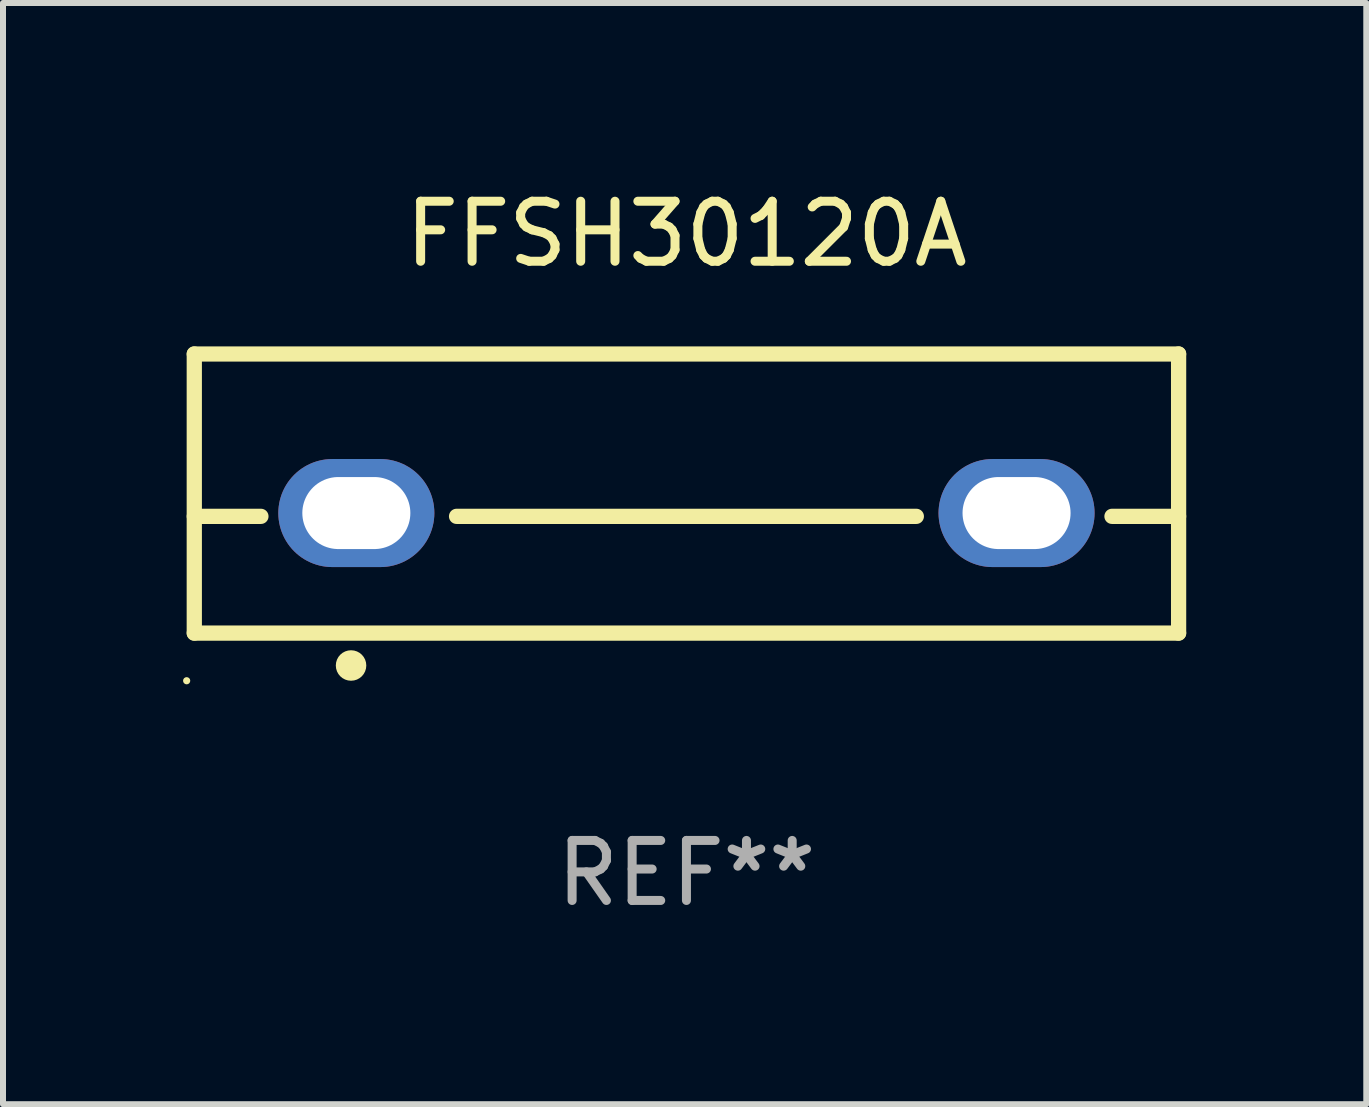
<source format=kicad_pcb>
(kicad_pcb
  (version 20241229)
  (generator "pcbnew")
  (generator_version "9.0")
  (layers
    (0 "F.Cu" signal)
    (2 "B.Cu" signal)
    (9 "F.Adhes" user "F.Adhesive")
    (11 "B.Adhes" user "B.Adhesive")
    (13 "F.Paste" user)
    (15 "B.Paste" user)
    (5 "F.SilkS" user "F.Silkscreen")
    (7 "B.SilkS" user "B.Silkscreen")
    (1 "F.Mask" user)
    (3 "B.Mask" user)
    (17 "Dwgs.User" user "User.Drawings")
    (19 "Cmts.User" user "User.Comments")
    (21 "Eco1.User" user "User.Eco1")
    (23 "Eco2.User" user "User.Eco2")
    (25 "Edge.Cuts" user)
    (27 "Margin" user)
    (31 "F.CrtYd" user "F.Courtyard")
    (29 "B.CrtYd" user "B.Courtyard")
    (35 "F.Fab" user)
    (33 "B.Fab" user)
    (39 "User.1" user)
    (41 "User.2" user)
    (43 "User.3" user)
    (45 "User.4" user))
  (footprint "FFSH30120A"
    (layer "F.Cu")
    (at 8.387 5.173)
    (property "Reference" "FFSH30120A" (at 0 -4.325 0) (layer "F.SilkS") (effects (font (size 1 1) (thickness 0.15))))
    (attr through_hole)
    (fp_line (start -8.2 -2.325) (end -8.2 2.325) (stroke (width 0.254) (type solid)) (layer "F.SilkS"))
    (fp_line (start -8.2 -2.325) (end 8.2 -2.325) (stroke (width 0.254) (type solid)) (layer "F.SilkS"))
    (fp_line (start -8.2 0.38) (end -7.09 0.38) (stroke (width 0.254) (type solid)) (layer "F.SilkS"))
    (fp_line (start -8.2 2.325) (end 8.2 2.325) (stroke (width 0.254) (type solid)) (layer "F.SilkS"))
    (fp_line (start -3.83 0.38) (end 3.83 0.38) (stroke (width 0.254) (type solid)) (layer "F.SilkS"))
    (fp_line (start 7.09 0.38) (end 8.2 0.38) (stroke (width 0.254) (type solid)) (layer "F.SilkS"))
    (fp_line (start 8.2 -2.325) (end 8.2 2.325) (stroke (width 0.254) (type solid)) (layer "F.SilkS"))
    (fp_circle (center -8.327 3.119) (end -8.297 3.119) (stroke (width 0.06) (type solid)) (fill no) (layer "F.SilkS"))
    (fp_circle (center -5.588 2.865) (end -5.461 2.865) (stroke (width 0.254) (type solid)) (fill no) (layer "F.SilkS"))
    (fp_text user "REF**" (at 0 6.325 0) (layer "F.Fab") (effects (font (size 1 1) (thickness 0.15))))
    (pad "1" thru_hole oval (at -5.5 0.325) (size 2.6 1.8) (drill oval 1.8 1.2) (layers "*.Cu" "*.Mask"))
    (pad "3" thru_hole oval (at 5.5 0.325) (size 2.6 1.8) (drill oval 1.8 1.2) (layers "*.Cu" "*.Mask")))
  (gr_rect
    (start -3 -3)
    (end 19.714 15.347)
    (stroke (width 0.1) (type default))
    (fill no)
    (layer "Edge.Cuts")))
</source>
